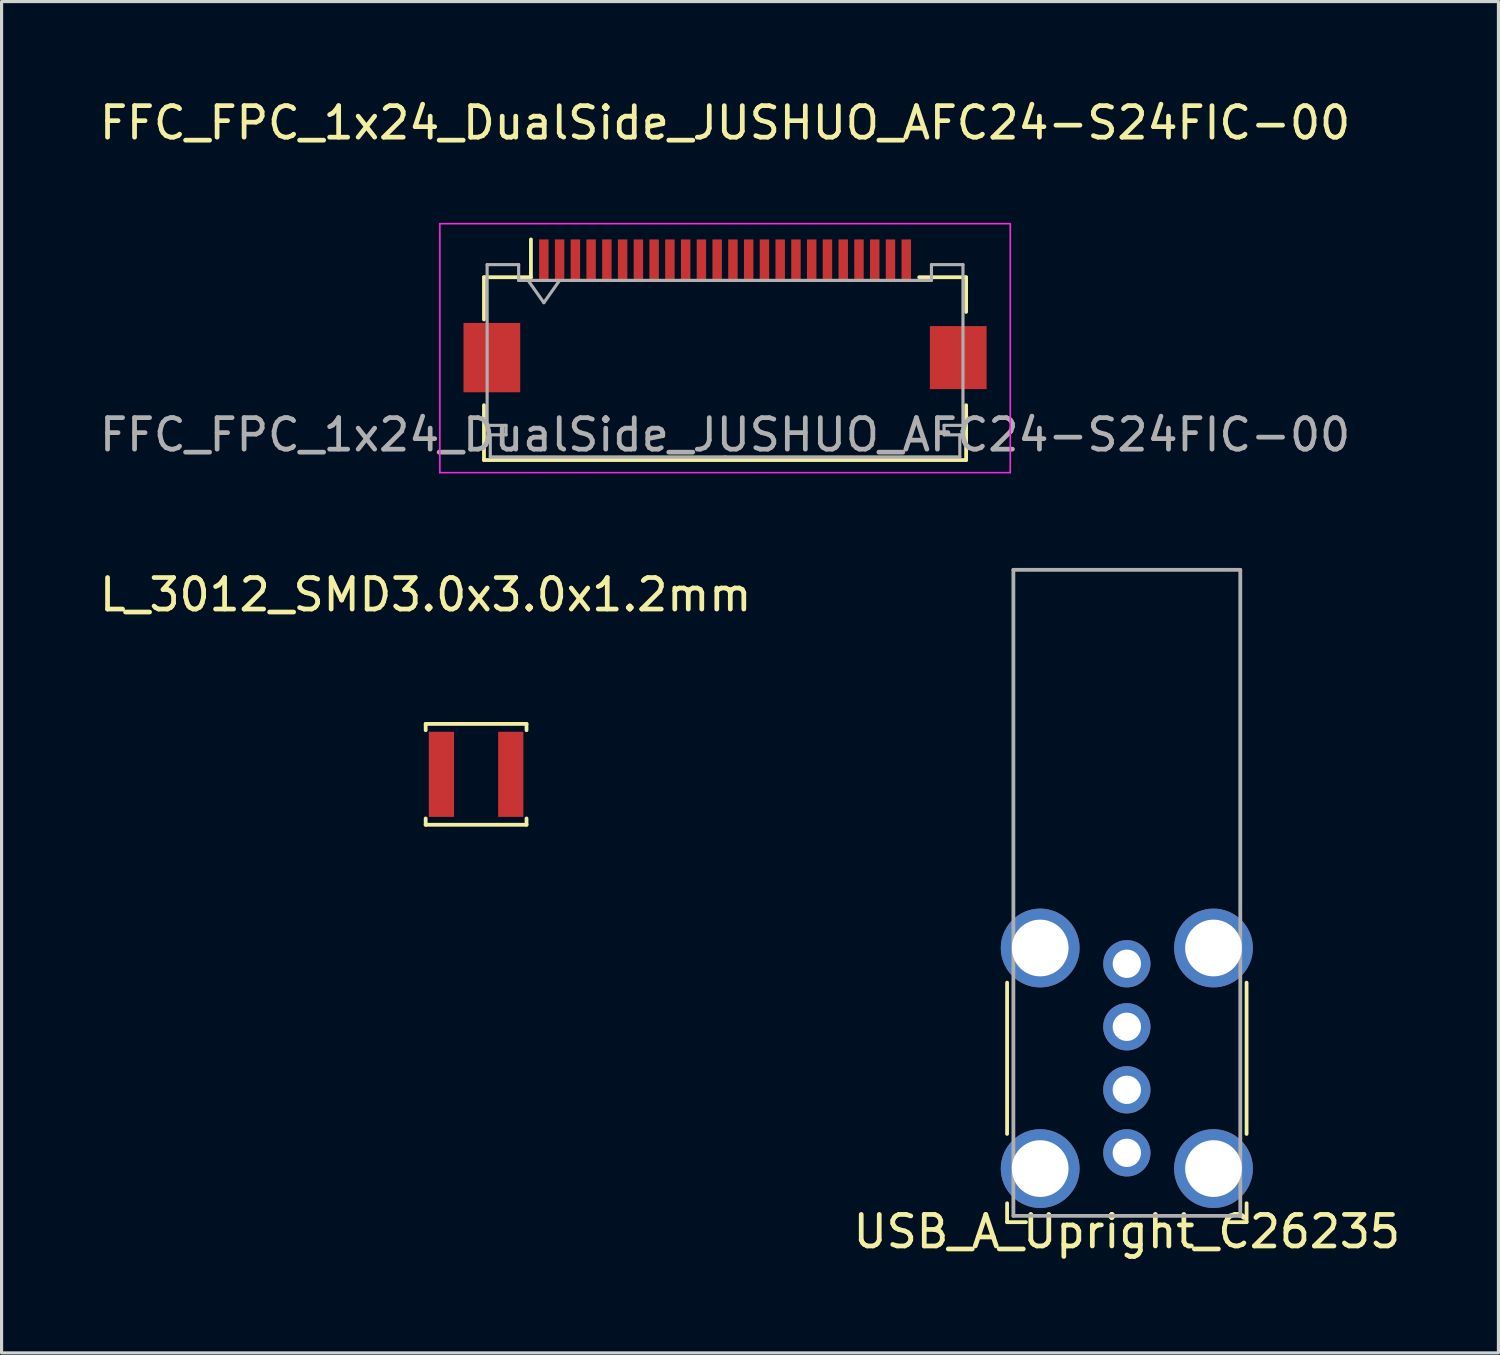
<source format=kicad_pcb>
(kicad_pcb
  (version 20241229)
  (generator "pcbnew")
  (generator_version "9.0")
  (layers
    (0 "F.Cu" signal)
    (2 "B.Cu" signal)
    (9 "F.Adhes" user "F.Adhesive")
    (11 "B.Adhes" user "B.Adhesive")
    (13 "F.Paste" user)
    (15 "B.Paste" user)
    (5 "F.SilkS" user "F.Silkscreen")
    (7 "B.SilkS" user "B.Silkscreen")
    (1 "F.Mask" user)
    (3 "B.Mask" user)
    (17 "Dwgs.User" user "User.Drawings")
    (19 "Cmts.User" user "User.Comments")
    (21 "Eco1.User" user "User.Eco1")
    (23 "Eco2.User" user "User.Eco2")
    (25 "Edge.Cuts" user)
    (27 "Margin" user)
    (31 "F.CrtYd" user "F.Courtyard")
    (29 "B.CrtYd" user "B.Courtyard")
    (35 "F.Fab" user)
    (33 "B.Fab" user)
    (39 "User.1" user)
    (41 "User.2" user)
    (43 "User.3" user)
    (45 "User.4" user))
  (footprint "USB_A_Upright_C26235"
    (layer "F.Cu")
    (at 32.708 30.533)
    (property "Reference" "USB_A_Upright_C26235" (at 0 5.5 0) (layer "F.SilkS") (effects (font (size 1 1) (thickness 0.15))))
    (attr through_hole)
    (fp_line (start -3.8 2.4) (end -3.8 -2.4) (stroke (width 0.12) (type solid)) (layer "F.SilkS"))
    (fp_line (start -3.8 5.2) (end -3.8 4.6) (stroke (width 0.12) (type solid)) (layer "F.SilkS"))
    (fp_line (start -3.2 5.2) (end -3.8 5.2) (stroke (width 0.12) (type solid)) (layer "F.SilkS"))
    (fp_line (start 3.2 5.2) (end 3.8 5.2) (stroke (width 0.12) (type solid)) (layer "F.SilkS"))
    (fp_line (start 3.8 2.4) (end 3.8 -2.4) (stroke (width 0.12) (type solid)) (layer "F.SilkS"))
    (fp_line (start 3.8 5.2) (end 3.8 4.6) (stroke (width 0.12) (type solid)) (layer "F.SilkS"))
    (fp_line (start -3.6 -15.5) (end 3.6 -15.5) (stroke (width 0.12) (type solid)) (layer "F.Fab"))
    (fp_line (start -3.6 5) (end -3.6 -15.5) (stroke (width 0.12) (type solid)) (layer "F.Fab"))
    (fp_line (start -3.6 5) (end 3.6 5) (stroke (width 0.12) (type solid)) (layer "F.Fab"))
    (fp_line (start 3.6 5) (end 3.6 -15.5) (stroke (width 0.12) (type solid)) (layer "F.Fab"))
    (pad "1" thru_hole circle (at 0 -3) (size 1.5 1.5) (drill 0.9) (layers "*.Cu" "*.Mask"))
    (pad "2" thru_hole circle (at 0 -1) (size 1.5 1.5) (drill 0.9) (layers "*.Cu" "*.Mask"))
    (pad "3" thru_hole circle (at 0 1) (size 1.5 1.5) (drill 0.9) (layers "*.Cu" "*.Mask"))
    (pad "4" thru_hole circle (at 0 3) (size 1.5 1.5) (drill 0.9) (layers "*.Cu" "*.Mask"))
    (pad "5" thru_hole circle (at -2.75 -3.5) (size 2.5 2.5) (drill 1.8) (layers "*.Cu" "*.Mask"))
    (pad "5" thru_hole circle (at -2.75 3.5) (size 2.5 2.5) (drill 1.8) (layers "*.Cu" "*.Mask"))
    (pad "5" thru_hole circle (at 2.75 -3.5) (size 2.5 2.5) (drill 1.8) (layers "*.Cu" "*.Mask"))
    (pad "5" thru_hole circle (at 2.75 3.5) (size 2.5 2.5) (drill 1.8) (layers "*.Cu" "*.Mask")))
  (footprint "FFC_FPC_1x24_DualSide_JUSHUO_AFC24-S24FIC-00"
    (layer "F.Cu")
    (at 19.958 4.548)
    (property "Reference" "FFC_FPC_1x24_DualSide_JUSHUO_AFC24-S24FIC-00" (at 0 -3.7 0) (layer "F.SilkS") (effects (font (size 1 1) (thickness 0.15))))
    (attr smd)
    (fp_line (start -7.65 1.2) (end -7.65 2.54) (stroke (width 0.12) (type solid)) (layer "F.SilkS"))
    (fp_line (start -7.65 5.26) (end -7.65 7) (stroke (width 0.12) (type solid)) (layer "F.SilkS"))
    (fp_line (start -7.65 7) (end 7.65 7) (stroke (width 0.12) (type solid)) (layer "F.SilkS"))
    (fp_line (start -6.16 1.2) (end -7.65 1.2) (stroke (width 0.12) (type solid)) (layer "F.SilkS"))
    (fp_line (start -6.16 1.2) (end -6.16 0) (stroke (width 0.12) (type solid)) (layer "F.SilkS"))
    (fp_line (start 6.16 1.2) (end 7.65 1.2) (stroke (width 0.12) (type solid)) (layer "F.SilkS"))
    (fp_line (start 7.65 1.2) (end 7.65 2.3) (stroke (width 0.12) (type solid)) (layer "F.SilkS"))
    (fp_line (start 7.65 7) (end 7.65 5.26) (stroke (width 0.12) (type solid)) (layer "F.SilkS"))
    (fp_line (start -9.05 -0.5) (end -9.05 7.4) (stroke (width 0.05) (type solid)) (layer "F.CrtYd"))
    (fp_line (start -9.05 7.4) (end 9.05 7.4) (stroke (width 0.05) (type solid)) (layer "F.CrtYd"))
    (fp_line (start 9.05 -0.5) (end -9.05 -0.5) (stroke (width 0.05) (type solid)) (layer "F.CrtYd"))
    (fp_line (start 9.05 7.4) (end 9.05 -0.5) (stroke (width 0.05) (type solid)) (layer "F.CrtYd"))
    (fp_line (start -7.55 0.8) (end -7.55 5.9) (stroke (width 0.1) (type solid)) (layer "F.Fab"))
    (fp_line (start -7.55 0.8) (end -6.55 0.8) (stroke (width 0.1) (type solid)) (layer "F.Fab"))
    (fp_line (start -7.55 5.9) (end -6.95 5.9) (stroke (width 0.1) (type solid)) (layer "F.Fab"))
    (fp_line (start -7.45 6.2) (end -7.45 6.9) (stroke (width 0.1) (type solid)) (layer "F.Fab"))
    (fp_line (start -7.45 6.9) (end 0 6.9) (stroke (width 0.1) (type solid)) (layer "F.Fab"))
    (fp_line (start -6.95 5.9) (end -6.95 6.2) (stroke (width 0.1) (type solid)) (layer "F.Fab"))
    (fp_line (start -6.95 6.2) (end -7.45 6.2) (stroke (width 0.1) (type solid)) (layer "F.Fab"))
    (fp_line (start -6.55 0.8) (end -6.55 1.3) (stroke (width 0.1) (type solid)) (layer "F.Fab"))
    (fp_line (start -6.25 1.3) (end -5.75 2.007) (stroke (width 0.1) (type solid)) (layer "F.Fab"))
    (fp_line (start -5.75 2.007) (end -5.25 1.3) (stroke (width 0.1) (type solid)) (layer "F.Fab"))
    (fp_line (start 0 1.3) (end -6.55 1.3) (stroke (width 0.1) (type solid)) (layer "F.Fab"))
    (fp_line (start 0 1.3) (end 6.55 1.3) (stroke (width 0.1) (type solid)) (layer "F.Fab"))
    (fp_line (start 6.55 0.8) (end 7.55 0.8) (stroke (width 0.1) (type solid)) (layer "F.Fab"))
    (fp_line (start 6.55 1.3) (end 6.55 0.8) (stroke (width 0.1) (type solid)) (layer "F.Fab"))
    (fp_line (start 6.95 5.9) (end 6.95 6.2) (stroke (width 0.1) (type solid)) (layer "F.Fab"))
    (fp_line (start 6.95 6.2) (end 7.45 6.2) (stroke (width 0.1) (type solid)) (layer "F.Fab"))
    (fp_line (start 7.45 6.2) (end 7.45 6.9) (stroke (width 0.1) (type solid)) (layer "F.Fab"))
    (fp_line (start 7.45 6.9) (end 0 6.9) (stroke (width 0.1) (type solid)) (layer "F.Fab"))
    (fp_line (start 7.55 0.8) (end 7.55 5.9) (stroke (width 0.1) (type solid)) (layer "F.Fab"))
    (fp_line (start 7.55 5.9) (end 6.95 5.9) (stroke (width 0.1) (type solid)) (layer "F.Fab"))
    (fp_text user "${REFERENCE}" (at 0 6.2 0) (layer "F.Fab") (effects (font (size 1 1) (thickness 0.15))))
    (pad "1" smd rect (at -5.75 0.65) (size 0.3 1.3) (layers "F.Cu" "F.Mask" "F.Paste"))
    (pad "2" smd rect (at -5.25 0.65) (size 0.3 1.3) (layers "F.Cu" "F.Mask" "F.Paste"))
    (pad "3" smd rect (at -4.75 0.65) (size 0.3 1.3) (layers "F.Cu" "F.Mask" "F.Paste"))
    (pad "4" smd rect (at -4.25 0.65) (size 0.3 1.3) (layers "F.Cu" "F.Mask" "F.Paste"))
    (pad "5" smd rect (at -3.75 0.65) (size 0.3 1.3) (layers "F.Cu" "F.Mask" "F.Paste"))
    (pad "6" smd rect (at -3.25 0.65) (size 0.3 1.3) (layers "F.Cu" "F.Mask" "F.Paste"))
    (pad "7" smd rect (at -2.75 0.65) (size 0.3 1.3) (layers "F.Cu" "F.Mask" "F.Paste"))
    (pad "8" smd rect (at -2.25 0.65) (size 0.3 1.3) (layers "F.Cu" "F.Mask" "F.Paste"))
    (pad "9" smd rect (at -1.75 0.65) (size 0.3 1.3) (layers "F.Cu" "F.Mask" "F.Paste"))
    (pad "10" smd rect (at -1.25 0.65) (size 0.3 1.3) (layers "F.Cu" "F.Mask" "F.Paste"))
    (pad "11" smd rect (at -0.75 0.65) (size 0.3 1.3) (layers "F.Cu" "F.Mask" "F.Paste"))
    (pad "12" smd rect (at -0.25 0.65) (size 0.3 1.3) (layers "F.Cu" "F.Mask" "F.Paste"))
    (pad "13" smd rect (at 0.25 0.65) (size 0.3 1.3) (layers "F.Cu" "F.Mask" "F.Paste"))
    (pad "14" smd rect (at 0.75 0.65) (size 0.3 1.3) (layers "F.Cu" "F.Mask" "F.Paste"))
    (pad "15" smd rect (at 1.25 0.65) (size 0.3 1.3) (layers "F.Cu" "F.Mask" "F.Paste"))
    (pad "16" smd rect (at 1.75 0.65) (size 0.3 1.3) (layers "F.Cu" "F.Mask" "F.Paste"))
    (pad "17" smd rect (at 2.25 0.65) (size 0.3 1.3) (layers "F.Cu" "F.Mask" "F.Paste"))
    (pad "18" smd rect (at 2.75 0.65) (size 0.3 1.3) (layers "F.Cu" "F.Mask" "F.Paste"))
    (pad "19" smd rect (at 3.25 0.65) (size 0.3 1.3) (layers "F.Cu" "F.Mask" "F.Paste"))
    (pad "20" smd rect (at 3.75 0.65) (size 0.3 1.3) (layers "F.Cu" "F.Mask" "F.Paste"))
    (pad "21" smd rect (at 4.25 0.65) (size 0.3 1.3) (layers "F.Cu" "F.Mask" "F.Paste"))
    (pad "22" smd rect (at 4.75 0.65) (size 0.3 1.3) (layers "F.Cu" "F.Mask" "F.Paste"))
    (pad "23" smd rect (at 5.25 0.65) (size 0.3 1.3) (layers "F.Cu" "F.Mask" "F.Paste"))
    (pad "24" smd rect (at 5.75 0.65) (size 0.3 1.3) (layers "F.Cu" "F.Mask" "F.Paste"))
    (pad "MP" smd rect (at -7.4 3.75) (size 1.8 2.2) (layers "F.Cu" "F.Mask" "F.Paste"))
    (pad "MP" smd rect (at 7.4 3.75) (size 1.8 2) (layers "F.Cu" "F.Mask" "F.Paste")))
  (footprint "L_3012_SMD3.0x3.0x1.2mm"
    (layer "F.Cu")
    (at 10.458 19.922)
    (property "Reference" "L_3012_SMD3.0x3.0x1.2mm" (at 0 -4.1 0) (layer "F.SilkS") (effects (font (size 1 1) (thickness 0.15))))
    (attr through_hole)
    (fp_line (start 0 0) (end 0 0.2) (stroke (width 0.12) (type solid)) (layer "F.SilkS"))
    (fp_line (start 0 3.2) (end 0 3) (stroke (width 0.12) (type solid)) (layer "F.SilkS"))
    (fp_line (start 0 3.2) (end 3.2 3.2) (stroke (width 0.12) (type solid)) (layer "F.SilkS"))
    (fp_line (start 3.2 0) (end 0 0) (stroke (width 0.12) (type solid)) (layer "F.SilkS"))
    (fp_line (start 3.2 0) (end 3.2 0.2) (stroke (width 0.12) (type solid)) (layer "F.SilkS"))
    (fp_line (start 3.2 3.2) (end 3.2 3) (stroke (width 0.12) (type solid)) (layer "F.SilkS"))
    (pad "1" smd rect (at 0.5 1.6) (size 0.8 2.7) (layers "F.Cu" "F.Mask" "F.Paste"))
    (pad "2" smd rect (at 2.7 1.6) (size 0.8 2.7) (layers "F.Cu" "F.Mask" "F.Paste")))
  (gr_rect
    (start -3 -3)
    (end 44.5 39.882)
    (stroke (width 0.1) (type default))
    (fill no)
    (layer "Edge.Cuts")))
</source>
